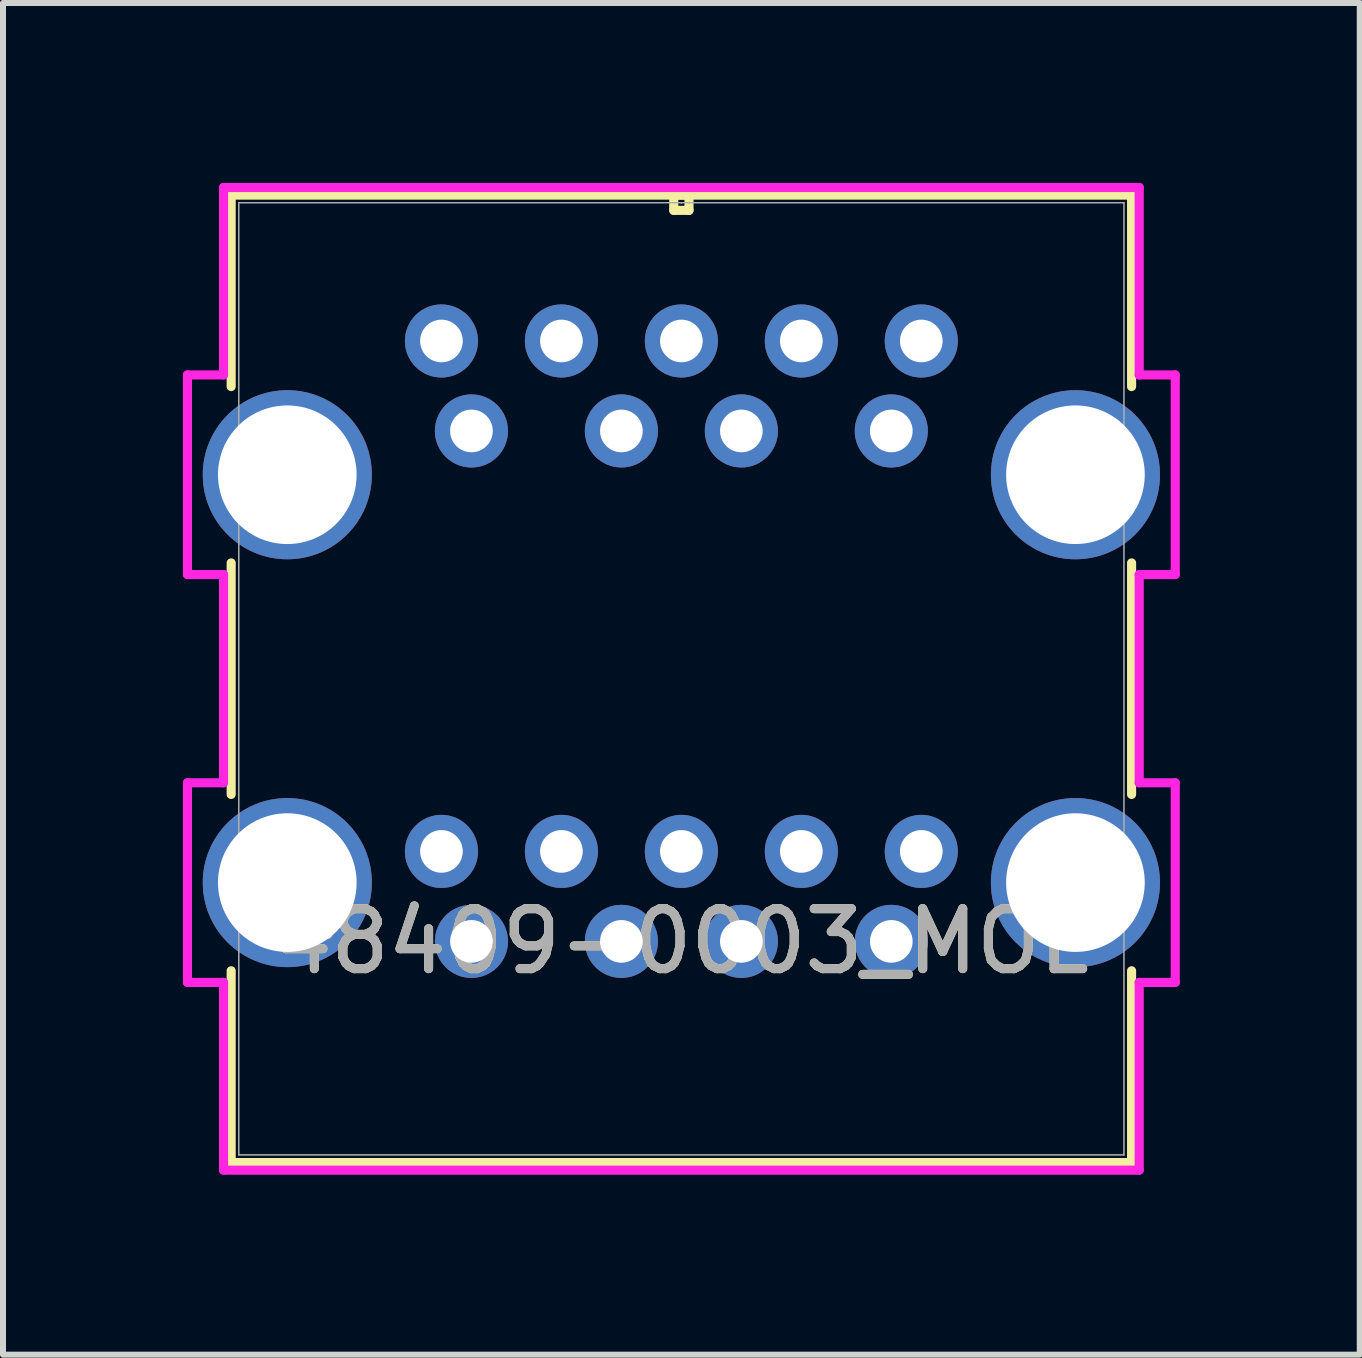
<source format=kicad_pcb>
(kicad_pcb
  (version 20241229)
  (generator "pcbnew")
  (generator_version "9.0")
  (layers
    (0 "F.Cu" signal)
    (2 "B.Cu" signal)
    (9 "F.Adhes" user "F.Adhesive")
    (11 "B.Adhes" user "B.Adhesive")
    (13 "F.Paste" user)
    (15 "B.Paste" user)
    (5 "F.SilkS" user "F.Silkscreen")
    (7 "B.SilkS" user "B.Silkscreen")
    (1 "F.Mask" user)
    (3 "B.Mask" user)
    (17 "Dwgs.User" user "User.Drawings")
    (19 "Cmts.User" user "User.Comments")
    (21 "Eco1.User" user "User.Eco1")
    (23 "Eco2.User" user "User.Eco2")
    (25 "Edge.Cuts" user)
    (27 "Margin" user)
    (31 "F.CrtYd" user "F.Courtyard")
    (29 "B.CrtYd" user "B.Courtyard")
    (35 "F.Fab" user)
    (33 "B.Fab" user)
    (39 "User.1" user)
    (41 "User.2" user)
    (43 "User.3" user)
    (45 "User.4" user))
  (footprint "48409-0003_MOL"
    (layer "F.Cu")
    (at 4.81 12.645)
    (property "Reference" "48409-0003_MOL" (at 3.5 0 0) (unlocked yes) (layer "F.SilkS") (effects (font (size 1 1) (thickness 0.15))))
    (attr through_hole)
    (fp_line (start -4.006 -12.442) (end -4.006 -9.25) (stroke (width 0.152) (type solid)) (layer "F.SilkS"))
    (fp_line (start -4.006 -6.31) (end -4.006 -2.45) (stroke (width 0.152) (type solid)) (layer "F.SilkS"))
    (fp_line (start -4.006 0.49) (end -4.006 3.687) (stroke (width 0.152) (type solid)) (layer "F.SilkS"))
    (fp_line (start -4.006 3.687) (end 11.006 3.687) (stroke (width 0.152) (type solid)) (layer "F.SilkS"))
    (fp_line (start 3.373 -12.442) (end 3.373 -12.188) (stroke (width 0.152) (type solid)) (layer "F.SilkS"))
    (fp_line (start 3.373 -12.188) (end 3.627 -12.188) (stroke (width 0.152) (type solid)) (layer "F.SilkS"))
    (fp_line (start 3.627 -12.442) (end 3.373 -12.442) (stroke (width 0.152) (type solid)) (layer "F.SilkS"))
    (fp_line (start 3.627 -12.188) (end 3.627 -12.442) (stroke (width 0.152) (type solid)) (layer "F.SilkS"))
    (fp_line (start 11.006 -12.442) (end -4.006 -12.442) (stroke (width 0.152) (type solid)) (layer "F.SilkS"))
    (fp_line (start 11.006 -9.25) (end 11.006 -12.442) (stroke (width 0.152) (type solid)) (layer "F.SilkS"))
    (fp_line (start 11.006 -2.45) (end 11.006 -6.31) (stroke (width 0.152) (type solid)) (layer "F.SilkS"))
    (fp_line (start 11.006 3.687) (end 11.006 0.49) (stroke (width 0.152) (type solid)) (layer "F.SilkS"))
    (fp_line (start -4.734 -9.444) (end -4.734 -6.116) (stroke (width 0.152) (type solid)) (layer "F.CrtYd"))
    (fp_line (start -4.734 -6.116) (end -4.133 -6.116) (stroke (width 0.152) (type solid)) (layer "F.CrtYd"))
    (fp_line (start -4.734 -2.644) (end -4.734 0.684) (stroke (width 0.152) (type solid)) (layer "F.CrtYd"))
    (fp_line (start -4.734 0.684) (end -4.133 0.684) (stroke (width 0.152) (type solid)) (layer "F.CrtYd"))
    (fp_line (start -4.133 -12.569) (end -4.133 -9.444) (stroke (width 0.152) (type solid)) (layer "F.CrtYd"))
    (fp_line (start -4.133 -9.444) (end -4.734 -9.444) (stroke (width 0.152) (type solid)) (layer "F.CrtYd"))
    (fp_line (start -4.133 -6.116) (end -4.133 -2.644) (stroke (width 0.152) (type solid)) (layer "F.CrtYd"))
    (fp_line (start -4.133 -2.644) (end -4.734 -2.644) (stroke (width 0.152) (type solid)) (layer "F.CrtYd"))
    (fp_line (start -4.133 0.684) (end -4.133 3.814) (stroke (width 0.152) (type solid)) (layer "F.CrtYd"))
    (fp_line (start -4.133 3.814) (end 11.133 3.814) (stroke (width 0.152) (type solid)) (layer "F.CrtYd"))
    (fp_line (start 11.133 -12.569) (end -4.133 -12.569) (stroke (width 0.152) (type solid)) (layer "F.CrtYd"))
    (fp_line (start 11.133 -9.444) (end 11.133 -12.569) (stroke (width 0.152) (type solid)) (layer "F.CrtYd"))
    (fp_line (start 11.133 -6.116) (end 11.734 -6.116) (stroke (width 0.152) (type solid)) (layer "F.CrtYd"))
    (fp_line (start 11.133 -2.644) (end 11.133 -6.116) (stroke (width 0.152) (type solid)) (layer "F.CrtYd"))
    (fp_line (start 11.133 0.684) (end 11.734 0.684) (stroke (width 0.152) (type solid)) (layer "F.CrtYd"))
    (fp_line (start 11.133 3.814) (end 11.133 0.684) (stroke (width 0.152) (type solid)) (layer "F.CrtYd"))
    (fp_line (start 11.734 -9.444) (end 11.133 -9.444) (stroke (width 0.152) (type solid)) (layer "F.CrtYd"))
    (fp_line (start 11.734 -6.116) (end 11.734 -9.444) (stroke (width 0.152) (type solid)) (layer "F.CrtYd"))
    (fp_line (start 11.734 -2.644) (end 11.133 -2.644) (stroke (width 0.152) (type solid)) (layer "F.CrtYd"))
    (fp_line (start 11.734 0.684) (end 11.734 -2.644) (stroke (width 0.152) (type solid)) (layer "F.CrtYd"))
    (fp_line (start -3.879 -12.315) (end -3.879 3.56) (stroke (width 0.025) (type solid)) (layer "F.Fab"))
    (fp_line (start -3.879 3.56) (end 10.879 3.56) (stroke (width 0.025) (type solid)) (layer "F.Fab"))
    (fp_line (start 3.5 -12.315) (end 3.5 -12.315) (stroke (width 0.025) (type solid)) (layer "F.Fab"))
    (fp_line (start 3.5 -12.315) (end 3.5 -12.315) (stroke (width 0.025) (type solid)) (layer "F.Fab"))
    (fp_line (start 3.5 -12.315) (end 3.5 -12.315) (stroke (width 0.025) (type solid)) (layer "F.Fab"))
    (fp_line (start 3.5 -12.315) (end 3.5 -12.315) (stroke (width 0.025) (type solid)) (layer "F.Fab"))
    (fp_line (start 10.879 -12.315) (end -3.879 -12.315) (stroke (width 0.025) (type solid)) (layer "F.Fab"))
    (fp_line (start 10.879 3.56) (end 10.879 -12.315) (stroke (width 0.025) (type solid)) (layer "F.Fab"))
    (fp_text user "*" (at -2.54 0 0) (unlocked yes) (layer "F.SilkS") (effects (font (size 1 1) (thickness 0.15))))
    (fp_text user "*" (at -2.54 0 0) (layer "F.SilkS") (effects (font (size 1 1) (thickness 0.15))))
    (fp_text user "*" (at -2.54 0 0) (layer "F.Fab") (effects (font (size 1 1) (thickness 0.15))))
    (fp_text user "*" (at -2.54 0 0) (unlocked yes) (layer "F.Fab") (effects (font (size 1 1) (thickness 0.15))))
    (fp_text user "${REFERENCE}" (at 3.5 0 0) (unlocked yes) (layer "F.Fab") (effects (font (size 1 1) (thickness 0.15))))
    (pad "1" thru_hole circle (at 0 0) (size 1.219 1.219) (drill 0.711) (layers "*.Cu" "*.Mask"))
    (pad "2" thru_hole circle (at 2.5 0) (size 1.219 1.219) (drill 0.711) (layers "*.Cu" "*.Mask"))
    (pad "3" thru_hole circle (at 4.5 0) (size 1.219 1.219) (drill 0.711) (layers "*.Cu" "*.Mask"))
    (pad "4" thru_hole circle (at 7 0) (size 1.219 1.219) (drill 0.711) (layers "*.Cu" "*.Mask"))
    (pad "5" thru_hole circle (at 7.5 -1.5) (size 1.219 1.219) (drill 0.711) (layers "*.Cu" "*.Mask"))
    (pad "6" thru_hole circle (at 5.5 -1.5) (size 1.219 1.219) (drill 0.711) (layers "*.Cu" "*.Mask"))
    (pad "7" thru_hole circle (at 3.5 -1.5) (size 1.219 1.219) (drill 0.711) (layers "*.Cu" "*.Mask"))
    (pad "8" thru_hole circle (at 1.5 -1.5) (size 1.219 1.219) (drill 0.711) (layers "*.Cu" "*.Mask"))
    (pad "9" thru_hole circle (at -0.5 -1.5) (size 1.219 1.219) (drill 0.711) (layers "*.Cu" "*.Mask"))
    (pad "10" thru_hole circle (at 0 -8.51) (size 1.219 1.219) (drill 0.711) (layers "*.Cu" "*.Mask"))
    (pad "11" thru_hole circle (at 2.5 -8.51) (size 1.219 1.219) (drill 0.711) (layers "*.Cu" "*.Mask"))
    (pad "12" thru_hole circle (at 4.5 -8.51) (size 1.219 1.219) (drill 0.711) (layers "*.Cu" "*.Mask"))
    (pad "13" thru_hole circle (at 7 -8.51) (size 1.219 1.219) (drill 0.711) (layers "*.Cu" "*.Mask"))
    (pad "14" thru_hole circle (at 7.5 -10.01) (size 1.219 1.219) (drill 0.711) (layers "*.Cu" "*.Mask"))
    (pad "15" thru_hole circle (at 5.5 -10.01) (size 1.219 1.219) (drill 0.711) (layers "*.Cu" "*.Mask"))
    (pad "16" thru_hole circle (at 3.5 -10.01) (size 1.219 1.219) (drill 0.711) (layers "*.Cu" "*.Mask"))
    (pad "17" thru_hole circle (at 1.5 -10.01) (size 1.219 1.219) (drill 0.711) (layers "*.Cu" "*.Mask"))
    (pad "18" thru_hole circle (at -0.5 -10.01) (size 1.219 1.219) (drill 0.711) (layers "*.Cu" "*.Mask"))
    (pad "19" thru_hole circle (at -3.07 -7.78) (size 2.819 2.819) (drill 2.311) (layers "*.Cu" "*.Mask"))
    (pad "20" thru_hole circle (at 10.07 -7.78) (size 2.819 2.819) (drill 2.311) (layers "*.Cu" "*.Mask"))
    (pad "21" thru_hole circle (at -3.07 -0.98) (size 2.819 2.819) (drill 2.311) (layers "*.Cu" "*.Mask"))
    (pad "22" thru_hole circle (at 10.07 -0.98) (size 2.819 2.819) (drill 2.311) (layers "*.Cu" "*.Mask")))
  (gr_rect
    (start -3 -3)
    (end 19.62 19.535)
    (stroke (width 0.1) (type default))
    (fill no)
    (layer "Edge.Cuts")))
</source>
